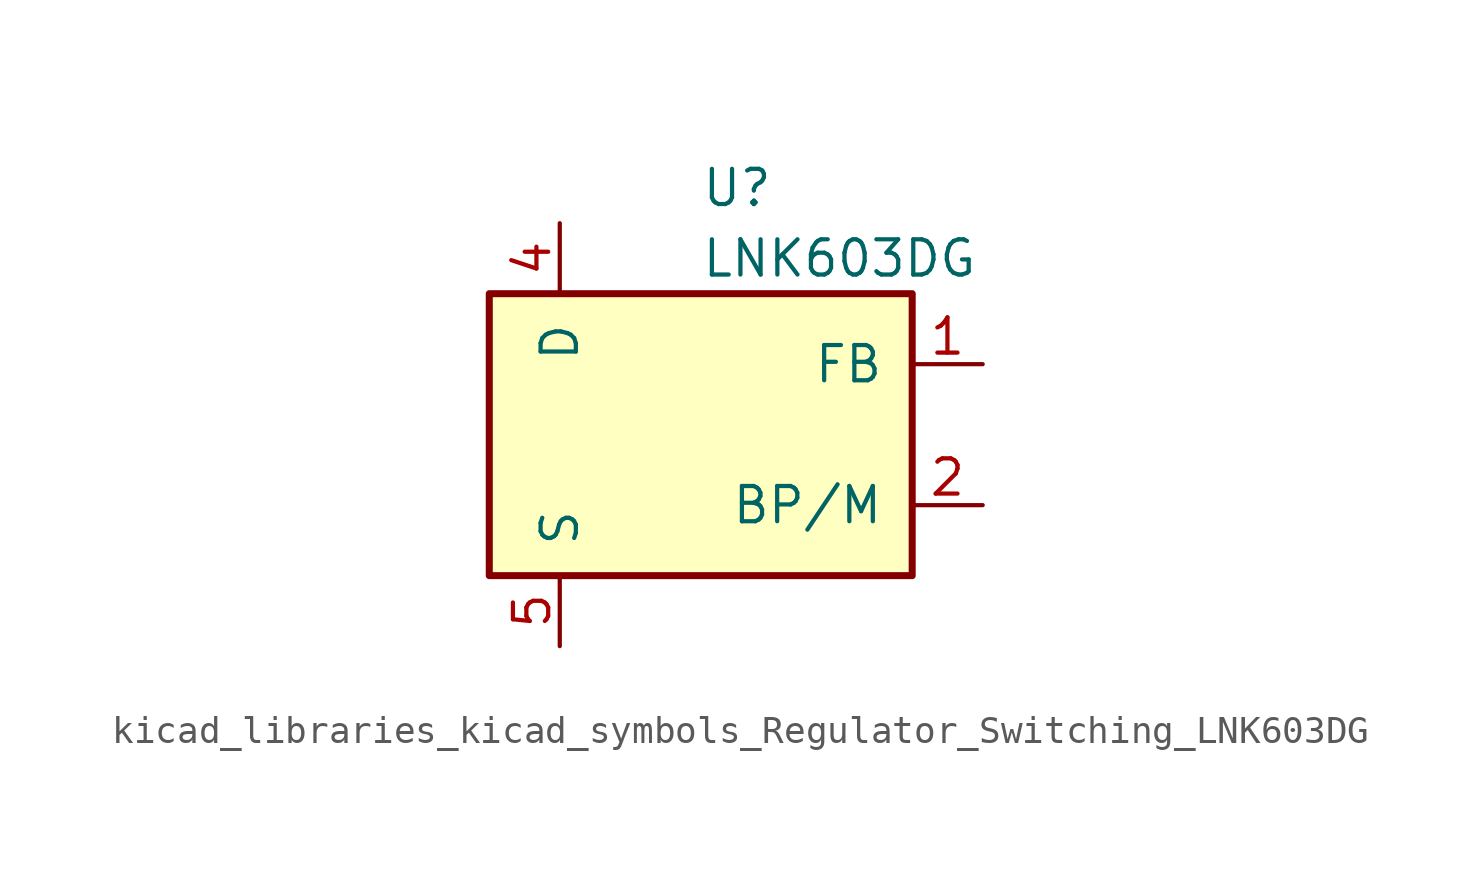
<source format=kicad_sym>
(kicad_symbol_lib
  (version 20220914)
  (generator kicad_symbol_editor)
  (symbol "kicad_libraries_kicad_symbols_Regulator_Switching_LNK603DG"
    (pin_names
      (offset 1.016))
    (property "Reference" "U"
      (at 0 8.89 0)
      (effects (font (size 1.27 1.27)) (justify left)))
    (property "Value" "LNK603DG"
      (at 0 6.35 0)
      (effects (font (size 1.27 1.27)) (justify left)))
    (symbol "kicad_libraries_kicad_symbols_Regulator_Switching_LNK603DG_0_1"
      (rectangle (start -7.62 5.08) (end 7.62 -5.08) (stroke (width 0.254) (type default)) (fill (type background))))
    (symbol "kicad_libraries_kicad_symbols_Regulator_Switching_LNK603DG_1_1"
      (pin input line (at 10.16 2.54 180) (length 2.54) (name "FB" (effects (font (size 1.27 1.27)))) (number "1" (effects (font (size 1.27 1.27)))))
      (pin input line (at 10.16 -2.54 180) (length 2.54) (name "BP/M" (effects (font (size 1.27 1.27)))) (number "2" (effects (font (size 1.27 1.27)))))
      (pin open_collector line (at -5.08 7.62 270) (length 2.54) (name "D" (effects (font (size 1.27 1.27)))) (number "4" (effects (font (size 1.27 1.27)))))
      (pin power_in line (at -5.08 -7.62 90) (length 2.54) (name "S" (effects (font (size 1.27 1.27)))) (number "5" (effects (font (size 1.27 1.27)))))
      (pin passive line (at -5.08 -7.62 90) (length 2.54) hide (name "S" (effects (font (size 1.27 1.27)))) (number "6" (effects (font (size 1.27 1.27)))))
      (pin passive line (at -5.08 -7.62 90) (length 2.54) hide (name "S" (effects (font (size 1.27 1.27)))) (number "7" (effects (font (size 1.27 1.27)))))
      (pin passive line (at -5.08 -7.62 90) (length 2.54) hide (name "S" (effects (font (size 1.27 1.27)))) (number "8" (effects (font (size 1.27 1.27))))))))
</source>
